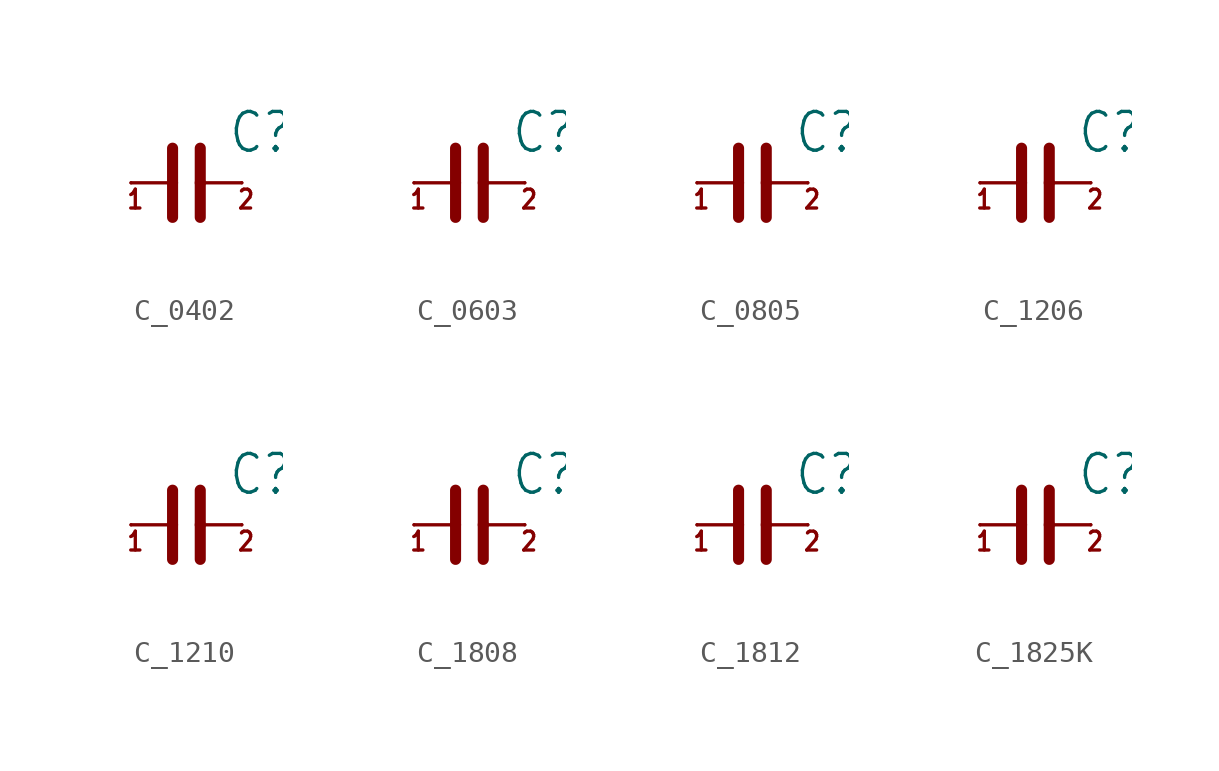
<source format=kicad_sym>
(kicad_symbol_lib
  (version 20220914)
  (generator kicad_symbol_editor)
  (symbol "C_0402"
    (property "Reference" "C"
      (at 1.905 1.27 0)
      (effects (font (size 1.778 1.511)) (justify left bottom)))
    (property "Value" ""
      (at -3.81 -4.128 0)
      (effects (font (size 1.778 1.511)) (justify left bottom)))
    (property "ki_locked" ""
      (at 0 0 0)
      (effects (font (size 1.27 1.27))))
    (symbol "C_0402_1_0"
      (polyline (pts (xy -2.54 0) (xy -0.635 0)) (stroke (width 0.152) (type solid)) (fill (type none)))
      (polyline (pts (xy -0.635 0) (xy -0.635 -1.587)) (stroke (width 0.508) (type solid)) (fill (type none)))
      (polyline (pts (xy -0.635 1.587) (xy -0.635 0)) (stroke (width 0.508) (type solid)) (fill (type none)))
      (polyline (pts (xy 0.635 0) (xy 0.635 -1.587)) (stroke (width 0.508) (type solid)) (fill (type none)))
      (polyline (pts (xy 0.635 1.587) (xy 0.635 0)) (stroke (width 0.508) (type solid)) (fill (type none)))
      (polyline (pts (xy 2.54 0) (xy 0.635 0)) (stroke (width 0.152) (type solid)) (fill (type none)))
      (text "1" (at -2.794 -1.27 0) (effects (font (size 0.864 0.734)) (justify left bottom)))
      (text "2" (at 2.286 -1.27 0) (effects (font (size 0.864 0.734)) (justify left bottom)))
      (pin passive line (at -2.54 0 0) (length 0) (name "1" (effects (font (size 0 0)))) (number "1" (effects (font (size 0 0)))))
      (pin passive line (at 2.54 0 180) (length 0) (name "2" (effects (font (size 0 0)))) (number "2" (effects (font (size 0 0)))))))
  (symbol "C_0603"
    (property "Reference" "C"
      (at 1.905 1.27 0)
      (effects (font (size 1.778 1.511)) (justify left bottom)))
    (property "Value" ""
      (at -3.81 -4.128 0)
      (effects (font (size 1.778 1.511)) (justify left bottom)))
    (property "ki_locked" ""
      (at 0 0 0)
      (effects (font (size 1.27 1.27))))
    (symbol "C_0603_1_0"
      (polyline (pts (xy -2.54 0) (xy -0.635 0)) (stroke (width 0.152) (type solid)) (fill (type none)))
      (polyline (pts (xy -0.635 0) (xy -0.635 -1.587)) (stroke (width 0.508) (type solid)) (fill (type none)))
      (polyline (pts (xy -0.635 1.587) (xy -0.635 0)) (stroke (width 0.508) (type solid)) (fill (type none)))
      (polyline (pts (xy 0.635 0) (xy 0.635 -1.587)) (stroke (width 0.508) (type solid)) (fill (type none)))
      (polyline (pts (xy 0.635 1.587) (xy 0.635 0)) (stroke (width 0.508) (type solid)) (fill (type none)))
      (polyline (pts (xy 2.54 0) (xy 0.635 0)) (stroke (width 0.152) (type solid)) (fill (type none)))
      (text "1" (at -2.794 -1.27 0) (effects (font (size 0.864 0.734)) (justify left bottom)))
      (text "2" (at 2.286 -1.27 0) (effects (font (size 0.864 0.734)) (justify left bottom)))
      (pin passive line (at -2.54 0 0) (length 0) (name "1" (effects (font (size 0 0)))) (number "1" (effects (font (size 0 0)))))
      (pin passive line (at 2.54 0 180) (length 0) (name "2" (effects (font (size 0 0)))) (number "2" (effects (font (size 0 0)))))))
  (symbol "C_0805"
    (property "Reference" "C"
      (at 1.905 1.27 0)
      (effects (font (size 1.778 1.511)) (justify left bottom)))
    (property "Value" ""
      (at -3.81 -4.128 0)
      (effects (font (size 1.778 1.511)) (justify left bottom)))
    (property "ki_locked" ""
      (at 0 0 0)
      (effects (font (size 1.27 1.27))))
    (symbol "C_0805_1_0"
      (polyline (pts (xy -2.54 0) (xy -0.635 0)) (stroke (width 0.152) (type solid)) (fill (type none)))
      (polyline (pts (xy -0.635 0) (xy -0.635 -1.587)) (stroke (width 0.508) (type solid)) (fill (type none)))
      (polyline (pts (xy -0.635 1.587) (xy -0.635 0)) (stroke (width 0.508) (type solid)) (fill (type none)))
      (polyline (pts (xy 0.635 0) (xy 0.635 -1.587)) (stroke (width 0.508) (type solid)) (fill (type none)))
      (polyline (pts (xy 0.635 1.587) (xy 0.635 0)) (stroke (width 0.508) (type solid)) (fill (type none)))
      (polyline (pts (xy 2.54 0) (xy 0.635 0)) (stroke (width 0.152) (type solid)) (fill (type none)))
      (text "1" (at -2.794 -1.27 0) (effects (font (size 0.864 0.734)) (justify left bottom)))
      (text "2" (at 2.286 -1.27 0) (effects (font (size 0.864 0.734)) (justify left bottom)))
      (pin passive line (at -2.54 0 0) (length 0) (name "1" (effects (font (size 0 0)))) (number "1" (effects (font (size 0 0)))))
      (pin passive line (at 2.54 0 180) (length 0) (name "2" (effects (font (size 0 0)))) (number "2" (effects (font (size 0 0)))))))
  (symbol "C_1206"
    (property "Reference" "C"
      (at 1.905 1.27 0)
      (effects (font (size 1.778 1.511)) (justify left bottom)))
    (property "Value" ""
      (at -3.81 -4.128 0)
      (effects (font (size 1.778 1.511)) (justify left bottom)))
    (property "ki_locked" ""
      (at 0 0 0)
      (effects (font (size 1.27 1.27))))
    (symbol "C_1206_1_0"
      (polyline (pts (xy -2.54 0) (xy -0.635 0)) (stroke (width 0.152) (type solid)) (fill (type none)))
      (polyline (pts (xy -0.635 0) (xy -0.635 -1.587)) (stroke (width 0.508) (type solid)) (fill (type none)))
      (polyline (pts (xy -0.635 1.587) (xy -0.635 0)) (stroke (width 0.508) (type solid)) (fill (type none)))
      (polyline (pts (xy 0.635 0) (xy 0.635 -1.587)) (stroke (width 0.508) (type solid)) (fill (type none)))
      (polyline (pts (xy 0.635 1.587) (xy 0.635 0)) (stroke (width 0.508) (type solid)) (fill (type none)))
      (polyline (pts (xy 2.54 0) (xy 0.635 0)) (stroke (width 0.152) (type solid)) (fill (type none)))
      (text "1" (at -2.794 -1.27 0) (effects (font (size 0.864 0.734)) (justify left bottom)))
      (text "2" (at 2.286 -1.27 0) (effects (font (size 0.864 0.734)) (justify left bottom)))
      (pin passive line (at -2.54 0 0) (length 0) (name "1" (effects (font (size 0 0)))) (number "1" (effects (font (size 0 0)))))
      (pin passive line (at 2.54 0 180) (length 0) (name "2" (effects (font (size 0 0)))) (number "2" (effects (font (size 0 0)))))))
  (symbol "C_1210"
    (property "Reference" "C"
      (at 1.905 1.27 0)
      (effects (font (size 1.778 1.511)) (justify left bottom)))
    (property "Value" ""
      (at -3.81 -4.128 0)
      (effects (font (size 1.778 1.511)) (justify left bottom)))
    (property "ki_locked" ""
      (at 0 0 0)
      (effects (font (size 1.27 1.27))))
    (symbol "C_1210_1_0"
      (polyline (pts (xy -2.54 0) (xy -0.635 0)) (stroke (width 0.152) (type solid)) (fill (type none)))
      (polyline (pts (xy -0.635 0) (xy -0.635 -1.587)) (stroke (width 0.508) (type solid)) (fill (type none)))
      (polyline (pts (xy -0.635 1.587) (xy -0.635 0)) (stroke (width 0.508) (type solid)) (fill (type none)))
      (polyline (pts (xy 0.635 0) (xy 0.635 -1.587)) (stroke (width 0.508) (type solid)) (fill (type none)))
      (polyline (pts (xy 0.635 1.587) (xy 0.635 0)) (stroke (width 0.508) (type solid)) (fill (type none)))
      (polyline (pts (xy 2.54 0) (xy 0.635 0)) (stroke (width 0.152) (type solid)) (fill (type none)))
      (text "1" (at -2.794 -1.27 0) (effects (font (size 0.864 0.734)) (justify left bottom)))
      (text "2" (at 2.286 -1.27 0) (effects (font (size 0.864 0.734)) (justify left bottom)))
      (pin passive line (at -2.54 0 0) (length 0) (name "1" (effects (font (size 0 0)))) (number "1" (effects (font (size 0 0)))))
      (pin passive line (at 2.54 0 180) (length 0) (name "2" (effects (font (size 0 0)))) (number "2" (effects (font (size 0 0)))))))
  (symbol "C_1808"
    (property "Reference" "C"
      (at 1.905 1.27 0)
      (effects (font (size 1.778 1.511)) (justify left bottom)))
    (property "Value" ""
      (at -3.81 -4.128 0)
      (effects (font (size 1.778 1.511)) (justify left bottom)))
    (property "ki_locked" ""
      (at 0 0 0)
      (effects (font (size 1.27 1.27))))
    (symbol "C_1808_1_0"
      (polyline (pts (xy -2.54 0) (xy -0.635 0)) (stroke (width 0.152) (type solid)) (fill (type none)))
      (polyline (pts (xy -0.635 0) (xy -0.635 -1.587)) (stroke (width 0.508) (type solid)) (fill (type none)))
      (polyline (pts (xy -0.635 1.587) (xy -0.635 0)) (stroke (width 0.508) (type solid)) (fill (type none)))
      (polyline (pts (xy 0.635 0) (xy 0.635 -1.587)) (stroke (width 0.508) (type solid)) (fill (type none)))
      (polyline (pts (xy 0.635 1.587) (xy 0.635 0)) (stroke (width 0.508) (type solid)) (fill (type none)))
      (polyline (pts (xy 2.54 0) (xy 0.635 0)) (stroke (width 0.152) (type solid)) (fill (type none)))
      (text "1" (at -2.794 -1.27 0) (effects (font (size 0.864 0.734)) (justify left bottom)))
      (text "2" (at 2.286 -1.27 0) (effects (font (size 0.864 0.734)) (justify left bottom)))
      (pin passive line (at -2.54 0 0) (length 0) (name "1" (effects (font (size 0 0)))) (number "1" (effects (font (size 0 0)))))
      (pin passive line (at 2.54 0 180) (length 0) (name "2" (effects (font (size 0 0)))) (number "2" (effects (font (size 0 0)))))))
  (symbol "C_1812"
    (property "Reference" "C"
      (at 1.905 1.27 0)
      (effects (font (size 1.778 1.511)) (justify left bottom)))
    (property "Value" ""
      (at -3.81 -4.128 0)
      (effects (font (size 1.778 1.511)) (justify left bottom)))
    (property "ki_locked" ""
      (at 0 0 0)
      (effects (font (size 1.27 1.27))))
    (symbol "C_1812_1_0"
      (polyline (pts (xy -2.54 0) (xy -0.635 0)) (stroke (width 0.152) (type solid)) (fill (type none)))
      (polyline (pts (xy -0.635 0) (xy -0.635 -1.587)) (stroke (width 0.508) (type solid)) (fill (type none)))
      (polyline (pts (xy -0.635 1.587) (xy -0.635 0)) (stroke (width 0.508) (type solid)) (fill (type none)))
      (polyline (pts (xy 0.635 0) (xy 0.635 -1.587)) (stroke (width 0.508) (type solid)) (fill (type none)))
      (polyline (pts (xy 0.635 1.587) (xy 0.635 0)) (stroke (width 0.508) (type solid)) (fill (type none)))
      (polyline (pts (xy 2.54 0) (xy 0.635 0)) (stroke (width 0.152) (type solid)) (fill (type none)))
      (text "1" (at -2.794 -1.27 0) (effects (font (size 0.864 0.734)) (justify left bottom)))
      (text "2" (at 2.286 -1.27 0) (effects (font (size 0.864 0.734)) (justify left bottom)))
      (pin passive line (at -2.54 0 0) (length 0) (name "1" (effects (font (size 0 0)))) (number "1" (effects (font (size 0 0)))))
      (pin passive line (at 2.54 0 180) (length 0) (name "2" (effects (font (size 0 0)))) (number "2" (effects (font (size 0 0)))))))
  (symbol "C_1825K"
    (property "Reference" "C"
      (at 1.905 1.27 0)
      (effects (font (size 1.778 1.511)) (justify left bottom)))
    (property "Value" ""
      (at -3.81 -4.128 0)
      (effects (font (size 1.778 1.511)) (justify left bottom)))
    (property "ki_locked" ""
      (at 0 0 0)
      (effects (font (size 1.27 1.27))))
    (symbol "C_1825K_1_0"
      (polyline (pts (xy -2.54 0) (xy -0.635 0)) (stroke (width 0.152) (type solid)) (fill (type none)))
      (polyline (pts (xy -0.635 0) (xy -0.635 -1.587)) (stroke (width 0.508) (type solid)) (fill (type none)))
      (polyline (pts (xy -0.635 1.587) (xy -0.635 0)) (stroke (width 0.508) (type solid)) (fill (type none)))
      (polyline (pts (xy 0.635 0) (xy 0.635 -1.587)) (stroke (width 0.508) (type solid)) (fill (type none)))
      (polyline (pts (xy 0.635 1.587) (xy 0.635 0)) (stroke (width 0.508) (type solid)) (fill (type none)))
      (polyline (pts (xy 2.54 0) (xy 0.635 0)) (stroke (width 0.152) (type solid)) (fill (type none)))
      (text "1" (at -2.794 -1.27 0) (effects (font (size 0.864 0.734)) (justify left bottom)))
      (text "2" (at 2.286 -1.27 0) (effects (font (size 0.864 0.734)) (justify left bottom)))
      (pin passive line (at -2.54 0 0) (length 0) (name "1" (effects (font (size 0 0)))) (number "1" (effects (font (size 0 0)))))
      (pin passive line (at 2.54 0 180) (length 0) (name "2" (effects (font (size 0 0)))) (number "2" (effects (font (size 0 0))))))))
</source>
